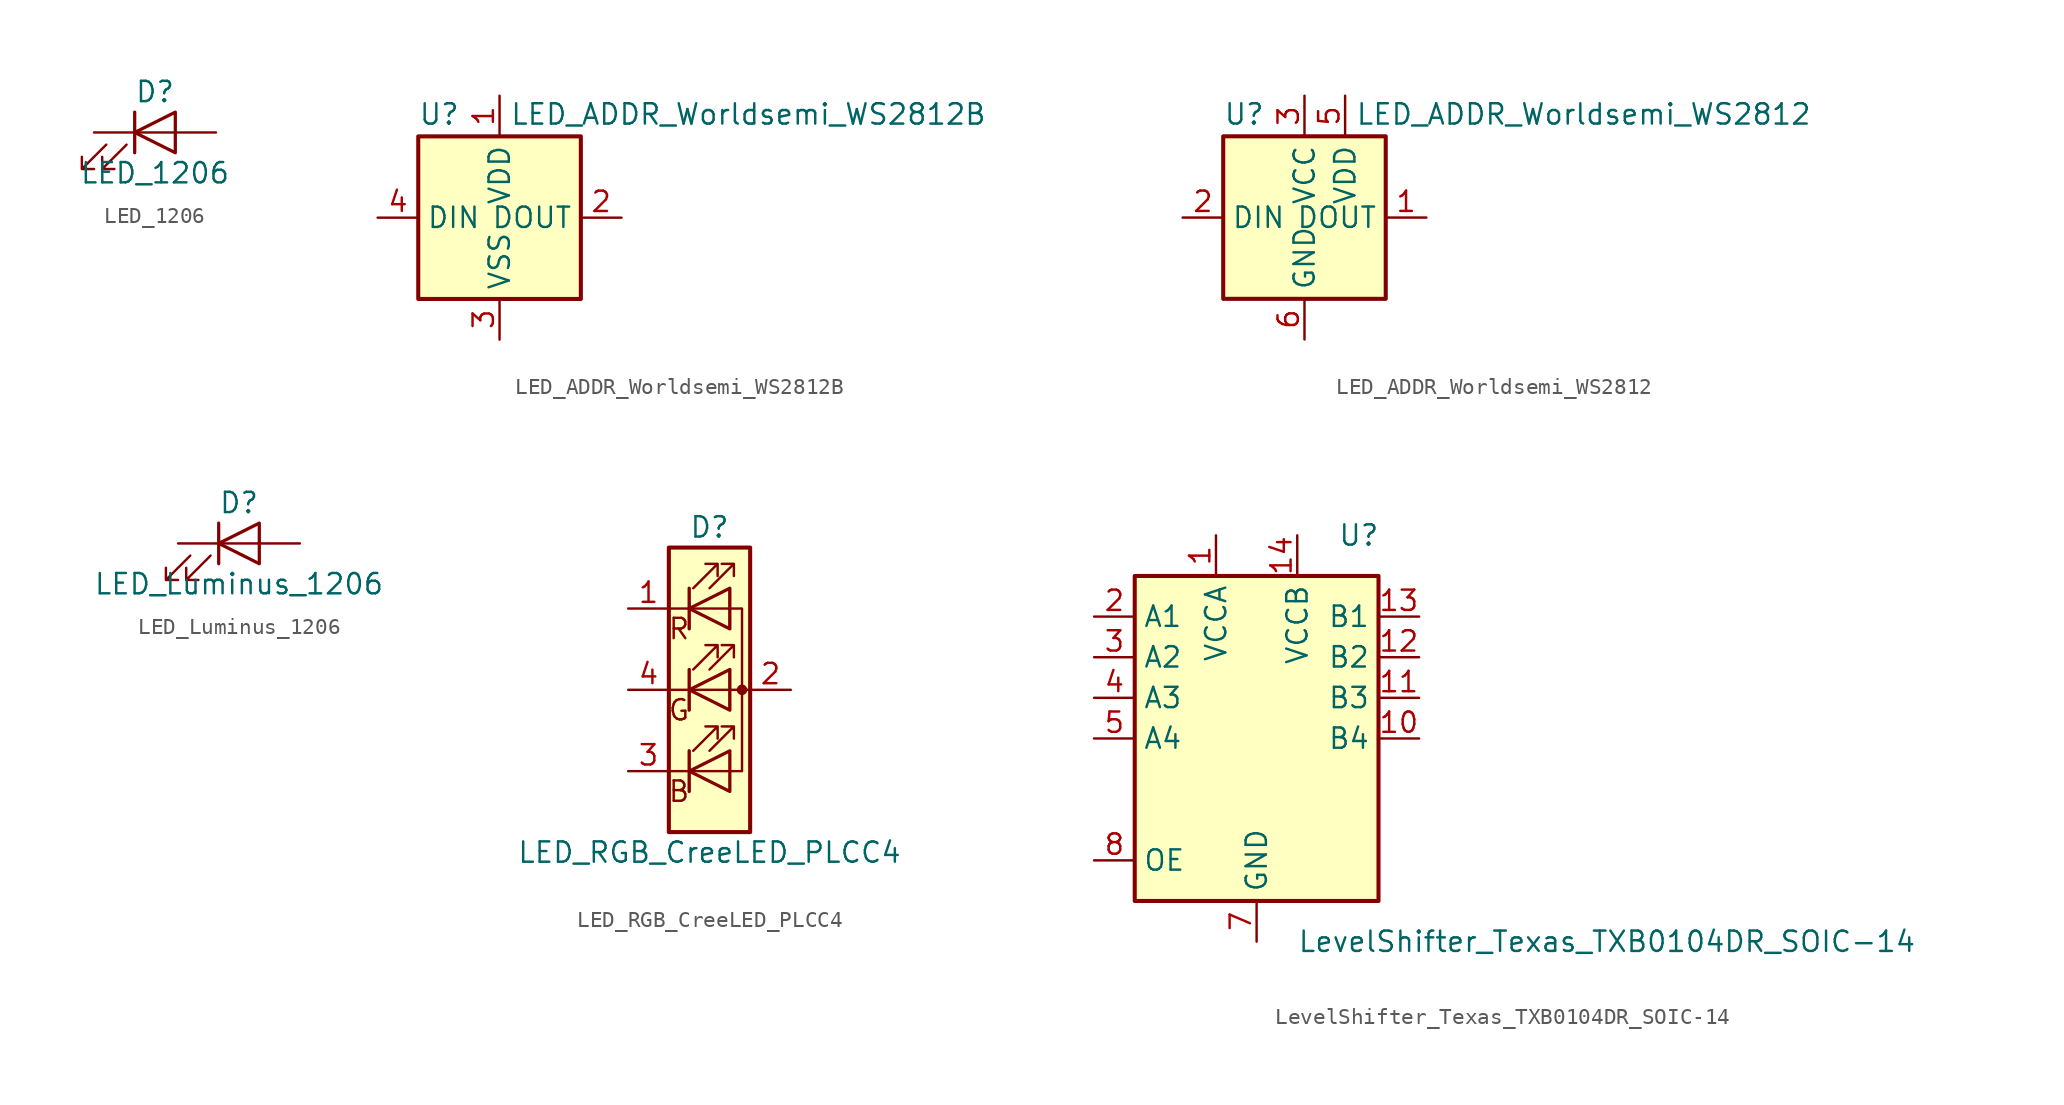
<source format=kicad_sym>
(kicad_symbol_lib
  (version 20231120)
  (generator "kicad_symbol_editor")
  (generator_version "8.0")
  (symbol "LED_1206"
    (pin_numbers hide)
    (pin_names
      (offset 1.016) hide)
    (property "Reference" "D"
      (at 0 2.54 0)
      (effects (font (size 1.27 1.27))))
    (property "Value" "LED_1206"
      (at 0 -2.54 0)
      (effects (font (size 1.27 1.27))))
    (symbol "LED_1206_0_1"
      (polyline (pts (xy -1.27 -1.27) (xy -1.27 1.27)) (stroke (width 0.203) (type default)) (fill (type none)))
      (polyline (pts (xy -1.27 0) (xy 1.27 0)) (stroke (width 0) (type default)) (fill (type none)))
      (polyline (pts (xy 1.27 -1.27) (xy 1.27 1.27) (xy -1.27 0) (xy 1.27 -1.27)) (stroke (width 0.203) (type default)) (fill (type none)))
      (polyline (pts (xy -3.048 -0.762) (xy -4.572 -2.286) (xy -3.81 -2.286) (xy -4.572 -2.286) (xy -4.572 -1.524)) (stroke (width 0) (type default)) (fill (type none)))
      (polyline (pts (xy -1.778 -0.762) (xy -3.302 -2.286) (xy -2.54 -2.286) (xy -3.302 -2.286) (xy -3.302 -1.524)) (stroke (width 0) (type default)) (fill (type none))))
    (symbol "LED_1206_1_1"
      (pin passive line (at -3.81 0 0) (length 2.54) (name "K" (effects (font (size 1.27 1.27)))) (number "1" (effects (font (size 1.27 1.27)))))
      (pin passive line (at 3.81 0 180) (length 2.54) (name "A" (effects (font (size 1.27 1.27)))) (number "2" (effects (font (size 1.27 1.27)))))))
  (symbol "LED_ADDR_Worldsemi_WS2812B"
    (property "Reference" "U"
      (at -5.08 5.715 0)
      (effects (font (size 1.27 1.27)) (justify left bottom)))
    (property "Value" "LED_ADDR_Worldsemi_WS2812B"
      (at 0.635 5.715 0)
      (effects (font (size 1.27 1.27)) (justify left bottom)))
    (symbol "LED_ADDR_Worldsemi_WS2812B_0_1"
      (rectangle (start -5.08 5.08) (end 5.08 -5.08) (stroke (width 0.254) (type default)) (fill (type background))))
    (symbol "LED_ADDR_Worldsemi_WS2812B_1_1"
      (pin power_in line (at 0 7.62 270) (length 2.54) (name "VDD" (effects (font (size 1.27 1.27)))) (number "1" (effects (font (size 1.27 1.27)))))
      (pin output line (at 7.62 0 180) (length 2.54) (name "DOUT" (effects (font (size 1.27 1.27)))) (number "2" (effects (font (size 1.27 1.27)))))
      (pin power_in line (at 0 -7.62 90) (length 2.54) (name "VSS" (effects (font (size 1.27 1.27)))) (number "3" (effects (font (size 1.27 1.27)))))
      (pin input line (at -7.62 0 0) (length 2.54) (name "DIN" (effects (font (size 1.27 1.27)))) (number "4" (effects (font (size 1.27 1.27)))))))
  (symbol "LED_ADDR_Worldsemi_WS2812"
    (property "Reference" "U"
      (at -5.08 5.715 0)
      (effects (font (size 1.27 1.27)) (justify left bottom)))
    (property "Value" "LED_ADDR_Worldsemi_WS2812"
      (at 3.175 5.715 0)
      (effects (font (size 1.27 1.27)) (justify left bottom)))
    (symbol "LED_ADDR_Worldsemi_WS2812_0_1"
      (rectangle (start -5.08 5.08) (end 5.08 -5.08) (stroke (width 0.254) (type default)) (fill (type background))))
    (symbol "LED_ADDR_Worldsemi_WS2812_1_1"
      (pin output line (at 7.62 0 180) (length 2.54) (name "DOUT" (effects (font (size 1.27 1.27)))) (number "1" (effects (font (size 1.27 1.27)))))
      (pin input line (at -7.62 0 0) (length 2.54) (name "DIN" (effects (font (size 1.27 1.27)))) (number "2" (effects (font (size 1.27 1.27)))))
      (pin power_in line (at 0 7.62 270) (length 2.54) (name "VCC" (effects (font (size 1.27 1.27)))) (number "3" (effects (font (size 1.27 1.27)))))
      (pin no_connect line (at 7.62 -2.54 180) (length 2.54) hide (name "NC" (effects (font (size 1.27 1.27)))) (number "4" (effects (font (size 1.27 1.27)))))
      (pin power_in line (at 2.54 7.62 270) (length 2.54) (name "VDD" (effects (font (size 1.27 1.27)))) (number "5" (effects (font (size 1.27 1.27)))))
      (pin power_in line (at 0 -7.62 90) (length 2.54) (name "GND" (effects (font (size 1.27 1.27)))) (number "6" (effects (font (size 1.27 1.27)))))))
  (symbol "LED_Luminus_1206"
    (pin_numbers hide)
    (pin_names
      (offset 1.016) hide)
    (property "Reference" "D"
      (at 0 2.54 0)
      (effects (font (size 1.27 1.27))))
    (property "Value" "LED_Luminus_1206"
      (at 0 -2.54 0)
      (effects (font (size 1.27 1.27))))
    (symbol "LED_Luminus_1206_0_1"
      (polyline (pts (xy -1.27 -1.27) (xy -1.27 1.27)) (stroke (width 0.203) (type default)) (fill (type none)))
      (polyline (pts (xy -1.27 0) (xy 1.27 0)) (stroke (width 0) (type default)) (fill (type none)))
      (polyline (pts (xy 1.27 -1.27) (xy 1.27 1.27) (xy -1.27 0) (xy 1.27 -1.27)) (stroke (width 0.203) (type default)) (fill (type none)))
      (polyline (pts (xy -3.048 -0.762) (xy -4.572 -2.286) (xy -3.81 -2.286) (xy -4.572 -2.286) (xy -4.572 -1.524)) (stroke (width 0) (type default)) (fill (type none)))
      (polyline (pts (xy -1.778 -0.762) (xy -3.302 -2.286) (xy -2.54 -2.286) (xy -3.302 -2.286) (xy -3.302 -1.524)) (stroke (width 0) (type default)) (fill (type none))))
    (symbol "LED_Luminus_1206_1_1"
      (pin passive line (at -3.81 0 0) (length 2.54) (name "K" (effects (font (size 1.27 1.27)))) (number "1" (effects (font (size 1.27 1.27)))))
      (pin passive line (at 3.81 0 180) (length 2.54) (name "A" (effects (font (size 1.27 1.27)))) (number "2" (effects (font (size 1.27 1.27)))))))
  (symbol "LED_RGB_CreeLED_PLCC4"
    (pin_names
      (offset 0) hide)
    (property "Reference" "D"
      (at 0 10.16 0)
      (effects (font (size 1.27 1.27))))
    (property "Value" "LED_RGB_CreeLED_PLCC4"
      (at 0 -10.16 0)
      (effects (font (size 1.27 1.27))))
    (symbol "LED_RGB_CreeLED_PLCC4_0_0"
      (text "B" (at -1.905 -6.35 0) (effects (font (size 1.27 1.27))))
      (text "G" (at -1.905 -1.27 0) (effects (font (size 1.27 1.27))))
      (text "R" (at -1.905 3.81 0) (effects (font (size 1.27 1.27)))))
    (symbol "LED_RGB_CreeLED_PLCC4_0_1"
      (rectangle (start -2.54 8.89) (end 2.54 -8.89) (stroke (width 0.254) (type default)) (fill (type background)))
      (polyline (pts (xy -1.27 -5.08) (xy -2.54 -5.08)) (stroke (width 0) (type default)) (fill (type none)))
      (polyline (pts (xy -1.27 -5.08) (xy 1.27 -5.08)) (stroke (width 0) (type default)) (fill (type none)))
      (polyline (pts (xy -1.27 -3.81) (xy -1.27 -6.35)) (stroke (width 0) (type default)) (fill (type none)))
      (polyline (pts (xy -1.27 -3.81) (xy -1.27 -6.35)) (stroke (width 0.203) (type default)) (fill (type none)))
      (polyline (pts (xy -1.27 0) (xy -2.54 0)) (stroke (width 0) (type default)) (fill (type none)))
      (polyline (pts (xy -1.27 0) (xy 1.27 0)) (stroke (width 0) (type default)) (fill (type none)))
      (polyline (pts (xy -1.27 1.27) (xy -1.27 -1.27)) (stroke (width 0.203) (type default)) (fill (type none)))
      (polyline (pts (xy -1.27 5.08) (xy -2.54 5.08)) (stroke (width 0) (type default)) (fill (type none)))
      (polyline (pts (xy -1.27 6.35) (xy -1.27 3.81)) (stroke (width 0.203) (type default)) (fill (type none)))
      (polyline (pts (xy 1.27 0) (xy 2.54 0)) (stroke (width 0) (type default)) (fill (type none)))
      (polyline (pts (xy 1.27 5.08) (xy -1.27 5.08)) (stroke (width 0) (type default)) (fill (type none)))
      (polyline (pts (xy -1.27 1.27) (xy -1.27 -1.27) (xy -1.27 -1.27)) (stroke (width 0) (type default)) (fill (type none)))
      (polyline (pts (xy -1.27 6.35) (xy -1.27 3.81) (xy -1.27 3.81)) (stroke (width 0) (type default)) (fill (type none)))
      (polyline (pts (xy 1.27 -5.08) (xy 2.032 -5.08) (xy 2.032 5.08) (xy 1.27 5.08)) (stroke (width 0) (type default)) (fill (type none)))
      (polyline (pts (xy 1.27 -3.81) (xy 1.27 -6.35) (xy -1.27 -5.08) (xy 1.27 -3.81)) (stroke (width 0.203) (type default)) (fill (type none)))
      (polyline (pts (xy 1.27 1.27) (xy 1.27 -1.27) (xy -1.27 0) (xy 1.27 1.27)) (stroke (width 0.203) (type default)) (fill (type none)))
      (polyline (pts (xy 1.27 6.35) (xy 1.27 3.81) (xy -1.27 5.08) (xy 1.27 6.35)) (stroke (width 0.203) (type default)) (fill (type none)))
      (polyline (pts (xy -1.016 -3.81) (xy 0.508 -2.286) (xy -0.254 -2.286) (xy 0.508 -2.286) (xy 0.508 -3.048)) (stroke (width 0) (type default)) (fill (type none)))
      (polyline (pts (xy -1.016 1.27) (xy 0.508 2.794) (xy -0.254 2.794) (xy 0.508 2.794) (xy 0.508 2.032)) (stroke (width 0) (type default)) (fill (type none)))
      (polyline (pts (xy -1.016 6.35) (xy 0.508 7.874) (xy -0.254 7.874) (xy 0.508 7.874) (xy 0.508 7.112)) (stroke (width 0) (type default)) (fill (type none)))
      (polyline (pts (xy 0 -3.81) (xy 1.524 -2.286) (xy 0.762 -2.286) (xy 1.524 -2.286) (xy 1.524 -3.048)) (stroke (width 0) (type default)) (fill (type none)))
      (polyline (pts (xy 0 1.27) (xy 1.524 2.794) (xy 0.762 2.794) (xy 1.524 2.794) (xy 1.524 2.032)) (stroke (width 0) (type default)) (fill (type none)))
      (polyline (pts (xy 0 6.35) (xy 1.524 7.874) (xy 0.762 7.874) (xy 1.524 7.874) (xy 1.524 7.112)) (stroke (width 0) (type default)) (fill (type none)))
      (rectangle (start 1.27 -1.27) (end 1.27 1.27) (stroke (width 0) (type default)) (fill (type none)))
      (rectangle (start 1.27 1.27) (end 1.27 1.27) (stroke (width 0) (type default)) (fill (type none)))
      (rectangle (start 1.27 3.81) (end 1.27 6.35) (stroke (width 0) (type default)) (fill (type none)))
      (rectangle (start 1.27 6.35) (end 1.27 6.35) (stroke (width 0) (type default)) (fill (type none)))
      (circle (center 2.032 0) (radius 0.254) (stroke (width 0) (type default)) (fill (type outline))))
    (symbol "LED_RGB_CreeLED_PLCC4_1_1"
      (pin passive line (at -5.08 5.08 0) (length 2.54) (name "RK" (effects (font (size 1.27 1.27)))) (number "1" (effects (font (size 1.27 1.27)))))
      (pin passive line (at 5.08 0 180) (length 2.54) (name "A" (effects (font (size 1.27 1.27)))) (number "2" (effects (font (size 1.27 1.27)))))
      (pin passive line (at -5.08 -5.08 0) (length 2.54) (name "BK" (effects (font (size 1.27 1.27)))) (number "3" (effects (font (size 1.27 1.27)))))
      (pin passive line (at -5.08 0 0) (length 2.54) (name "GK" (effects (font (size 1.27 1.27)))) (number "4" (effects (font (size 1.27 1.27)))))))
  (symbol "LevelShifter_Texas_TXB0104DR_SOIC-14"
    (property "Reference" "U"
      (at 5.08 12.7 0)
      (effects (font (size 1.27 1.27)) (justify left)))
    (property "Value" "LevelShifter_Texas_TXB0104DR_SOIC-14"
      (at 2.54 -12.7 0)
      (effects (font (size 1.27 1.27)) (justify left)))
    (symbol "LevelShifter_Texas_TXB0104DR_SOIC-14_0_1"
      (rectangle (start -7.62 10.16) (end 7.62 -10.16) (stroke (width 0.254) (type default)) (fill (type background))))
    (symbol "LevelShifter_Texas_TXB0104DR_SOIC-14_1_1"
      (pin power_in line (at -2.54 12.7 270) (length 2.54) (name "VCCA" (effects (font (size 1.27 1.27)))) (number "1" (effects (font (size 1.27 1.27)))))
      (pin bidirectional line (at 10.16 0 180) (length 2.54) (name "B4" (effects (font (size 1.27 1.27)))) (number "10" (effects (font (size 1.27 1.27)))))
      (pin bidirectional line (at 10.16 2.54 180) (length 2.54) (name "B3" (effects (font (size 1.27 1.27)))) (number "11" (effects (font (size 1.27 1.27)))))
      (pin bidirectional line (at 10.16 5.08 180) (length 2.54) (name "B2" (effects (font (size 1.27 1.27)))) (number "12" (effects (font (size 1.27 1.27)))))
      (pin bidirectional line (at 10.16 7.62 180) (length 2.54) (name "B1" (effects (font (size 1.27 1.27)))) (number "13" (effects (font (size 1.27 1.27)))))
      (pin power_in line (at 2.54 12.7 270) (length 2.54) (name "VCCB" (effects (font (size 1.27 1.27)))) (number "14" (effects (font (size 1.27 1.27)))))
      (pin bidirectional line (at -10.16 7.62 0) (length 2.54) (name "A1" (effects (font (size 1.27 1.27)))) (number "2" (effects (font (size 1.27 1.27)))))
      (pin bidirectional line (at -10.16 5.08 0) (length 2.54) (name "A2" (effects (font (size 1.27 1.27)))) (number "3" (effects (font (size 1.27 1.27)))))
      (pin bidirectional line (at -10.16 2.54 0) (length 2.54) (name "A3" (effects (font (size 1.27 1.27)))) (number "4" (effects (font (size 1.27 1.27)))))
      (pin bidirectional line (at -10.16 0 0) (length 2.54) (name "A4" (effects (font (size 1.27 1.27)))) (number "5" (effects (font (size 1.27 1.27)))))
      (pin no_connect line (at -10.16 -5.08 0) (length 2.54) hide (name "NC" (effects (font (size 1.27 1.27)))) (number "6" (effects (font (size 1.27 1.27)))))
      (pin power_in line (at 0 -12.7 90) (length 2.54) (name "GND" (effects (font (size 1.27 1.27)))) (number "7" (effects (font (size 1.27 1.27)))))
      (pin tri_state line (at -10.16 -7.62 0) (length 2.54) (name "OE" (effects (font (size 1.27 1.27)))) (number "8" (effects (font (size 1.27 1.27)))))
      (pin no_connect line (at 10.16 -5.08 180) (length 2.54) hide (name "NC" (effects (font (size 1.27 1.27)))) (number "9" (effects (font (size 1.27 1.27))))))))
</source>
